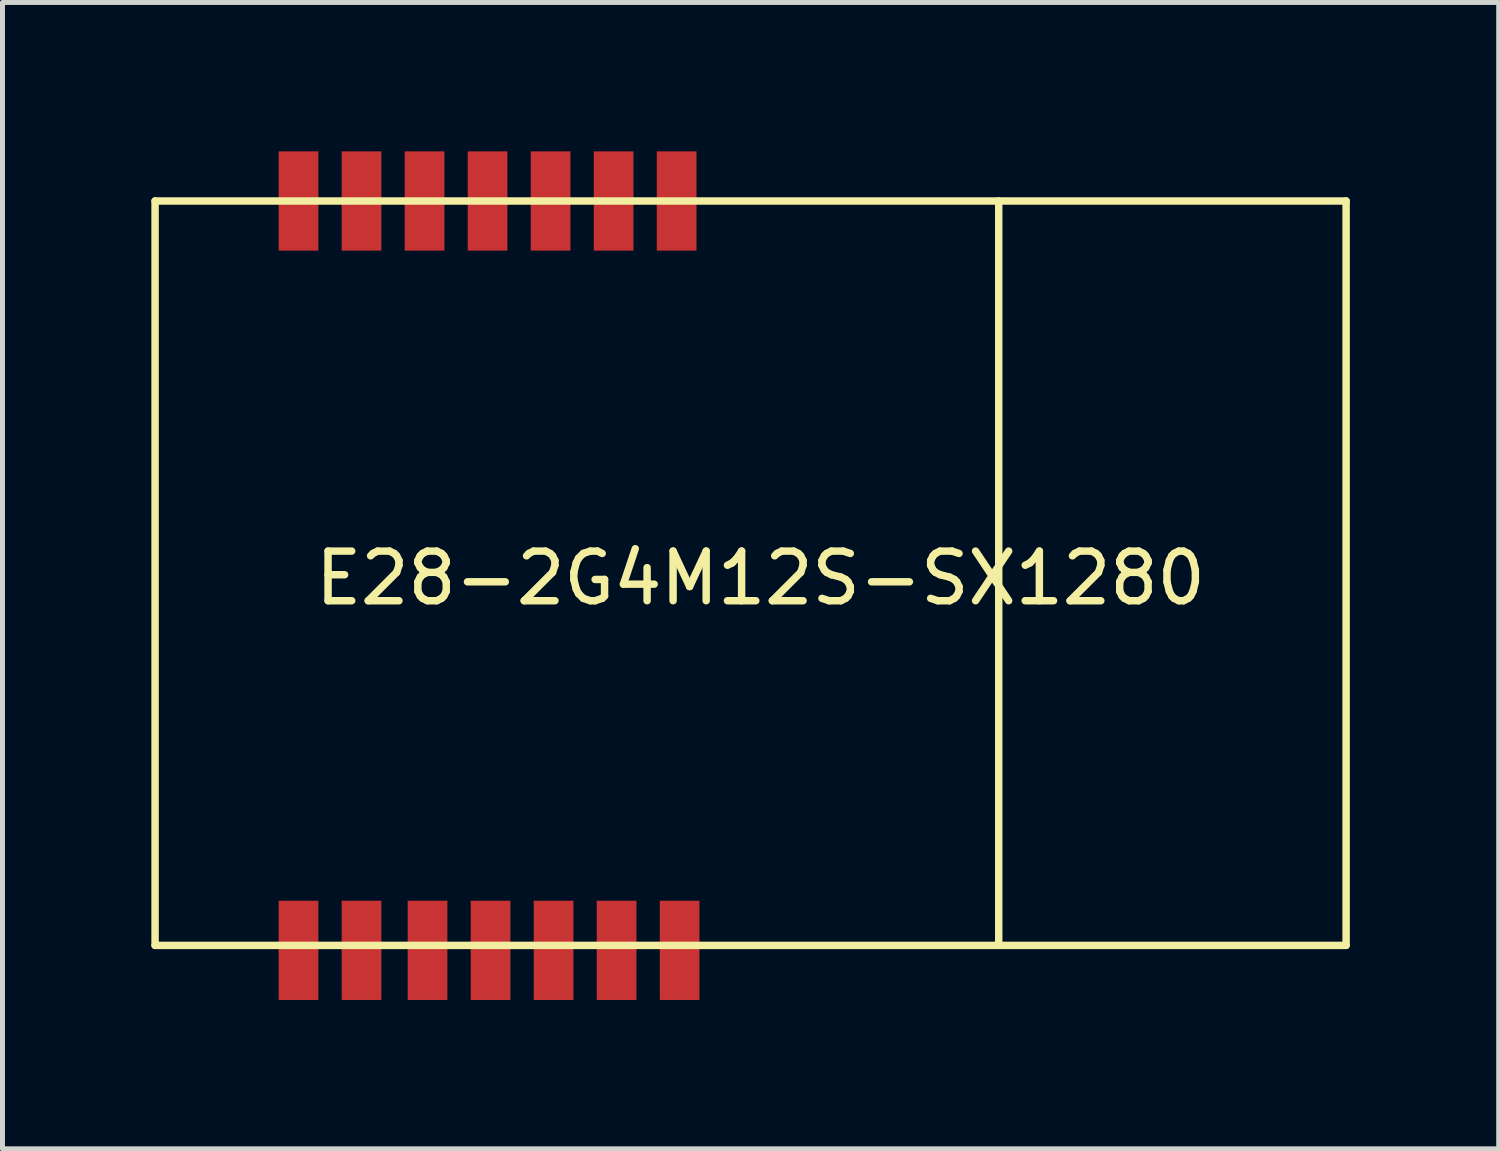
<source format=kicad_pcb>
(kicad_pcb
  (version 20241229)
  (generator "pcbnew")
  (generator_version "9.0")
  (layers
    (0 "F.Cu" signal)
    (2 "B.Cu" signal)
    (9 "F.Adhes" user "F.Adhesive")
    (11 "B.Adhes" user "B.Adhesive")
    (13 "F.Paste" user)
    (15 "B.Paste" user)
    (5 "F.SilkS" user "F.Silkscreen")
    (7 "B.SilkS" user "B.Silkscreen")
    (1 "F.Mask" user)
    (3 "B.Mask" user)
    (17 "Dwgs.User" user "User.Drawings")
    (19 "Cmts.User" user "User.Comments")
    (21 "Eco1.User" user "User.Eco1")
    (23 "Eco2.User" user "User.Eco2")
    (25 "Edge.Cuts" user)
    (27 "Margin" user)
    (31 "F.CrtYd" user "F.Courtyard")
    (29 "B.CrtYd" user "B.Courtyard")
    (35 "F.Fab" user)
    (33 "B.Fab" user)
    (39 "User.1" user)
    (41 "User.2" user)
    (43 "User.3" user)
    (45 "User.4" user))
  (footprint "E28-2G4M12S-SX1280"
    (layer "F.Cu")
    (at 12.275 8.6)
    (property "Reference" "E28-2G4M12S-SX1280" (at 0 0 0) (layer "F.SilkS") (effects (font (size 1 1) (thickness 0.15))))
    (attr through_hole)
    (fp_line (start -12.2 -7.6) (end -12.2 7.4) (stroke (width 0.15) (type solid)) (layer "F.SilkS"))
    (fp_line (start -12.2 -7.6) (end 11.8 -7.6) (stroke (width 0.15) (type solid)) (layer "F.SilkS"))
    (fp_line (start 4.8 -7.6) (end 4.8 7.4) (stroke (width 0.15) (type solid)) (layer "F.SilkS"))
    (fp_line (start 11.8 -7.6) (end 11.8 7.4) (stroke (width 0.15) (type solid)) (layer "F.SilkS"))
    (fp_line (start 11.8 7.4) (end -12.2 7.4) (stroke (width 0.15) (type solid)) (layer "F.SilkS"))
    (pad "1" smd rect (at -9.31 7.5) (size 0.8 2) (layers "F.Cu" "F.Mask" "F.Paste"))
    (pad "2" smd rect (at -8.04 7.5) (size 0.8 2) (layers "F.Cu" "F.Mask" "F.Paste"))
    (pad "3" smd rect (at -6.71 7.5) (size 0.8 2) (layers "F.Cu" "F.Mask" "F.Paste"))
    (pad "4" smd rect (at -5.44 7.5) (size 0.8 2) (layers "F.Cu" "F.Mask" "F.Paste"))
    (pad "5" smd rect (at -4.17 7.5 180) (size 0.8 2) (layers "F.Cu" "F.Mask" "F.Paste"))
    (pad "6" smd rect (at -2.9 7.5) (size 0.8 2) (layers "F.Cu" "F.Mask" "F.Paste"))
    (pad "7" smd rect (at -1.63 7.5) (size 0.8 2) (layers "F.Cu" "F.Mask" "F.Paste"))
    (pad "8" smd rect (at -1.69 -7.6) (size 0.8 2) (layers "F.Cu" "F.Mask" "F.Paste"))
    (pad "9" smd rect (at -2.96 -7.6) (size 0.8 2) (layers "F.Cu" "F.Mask" "F.Paste"))
    (pad "10" smd rect (at -4.23 -7.6) (size 0.8 2) (layers "F.Cu" "F.Mask" "F.Paste"))
    (pad "11" smd rect (at -5.5 -7.6) (size 0.8 2) (layers "F.Cu" "F.Mask" "F.Paste"))
    (pad "12" smd rect (at -6.77 -7.6) (size 0.8 2) (layers "F.Cu" "F.Mask" "F.Paste"))
    (pad "13" smd rect (at -8.04 -7.6) (size 0.8 2) (layers "F.Cu" "F.Mask" "F.Paste"))
    (pad "14" smd rect (at -9.31 -7.6) (size 0.8 2) (layers "F.Cu" "F.Mask" "F.Paste")))
  (gr_rect
    (start -3 -3)
    (end 27.15 20.1)
    (stroke (width 0.1) (type default))
    (fill no)
    (layer "Edge.Cuts")))
</source>
